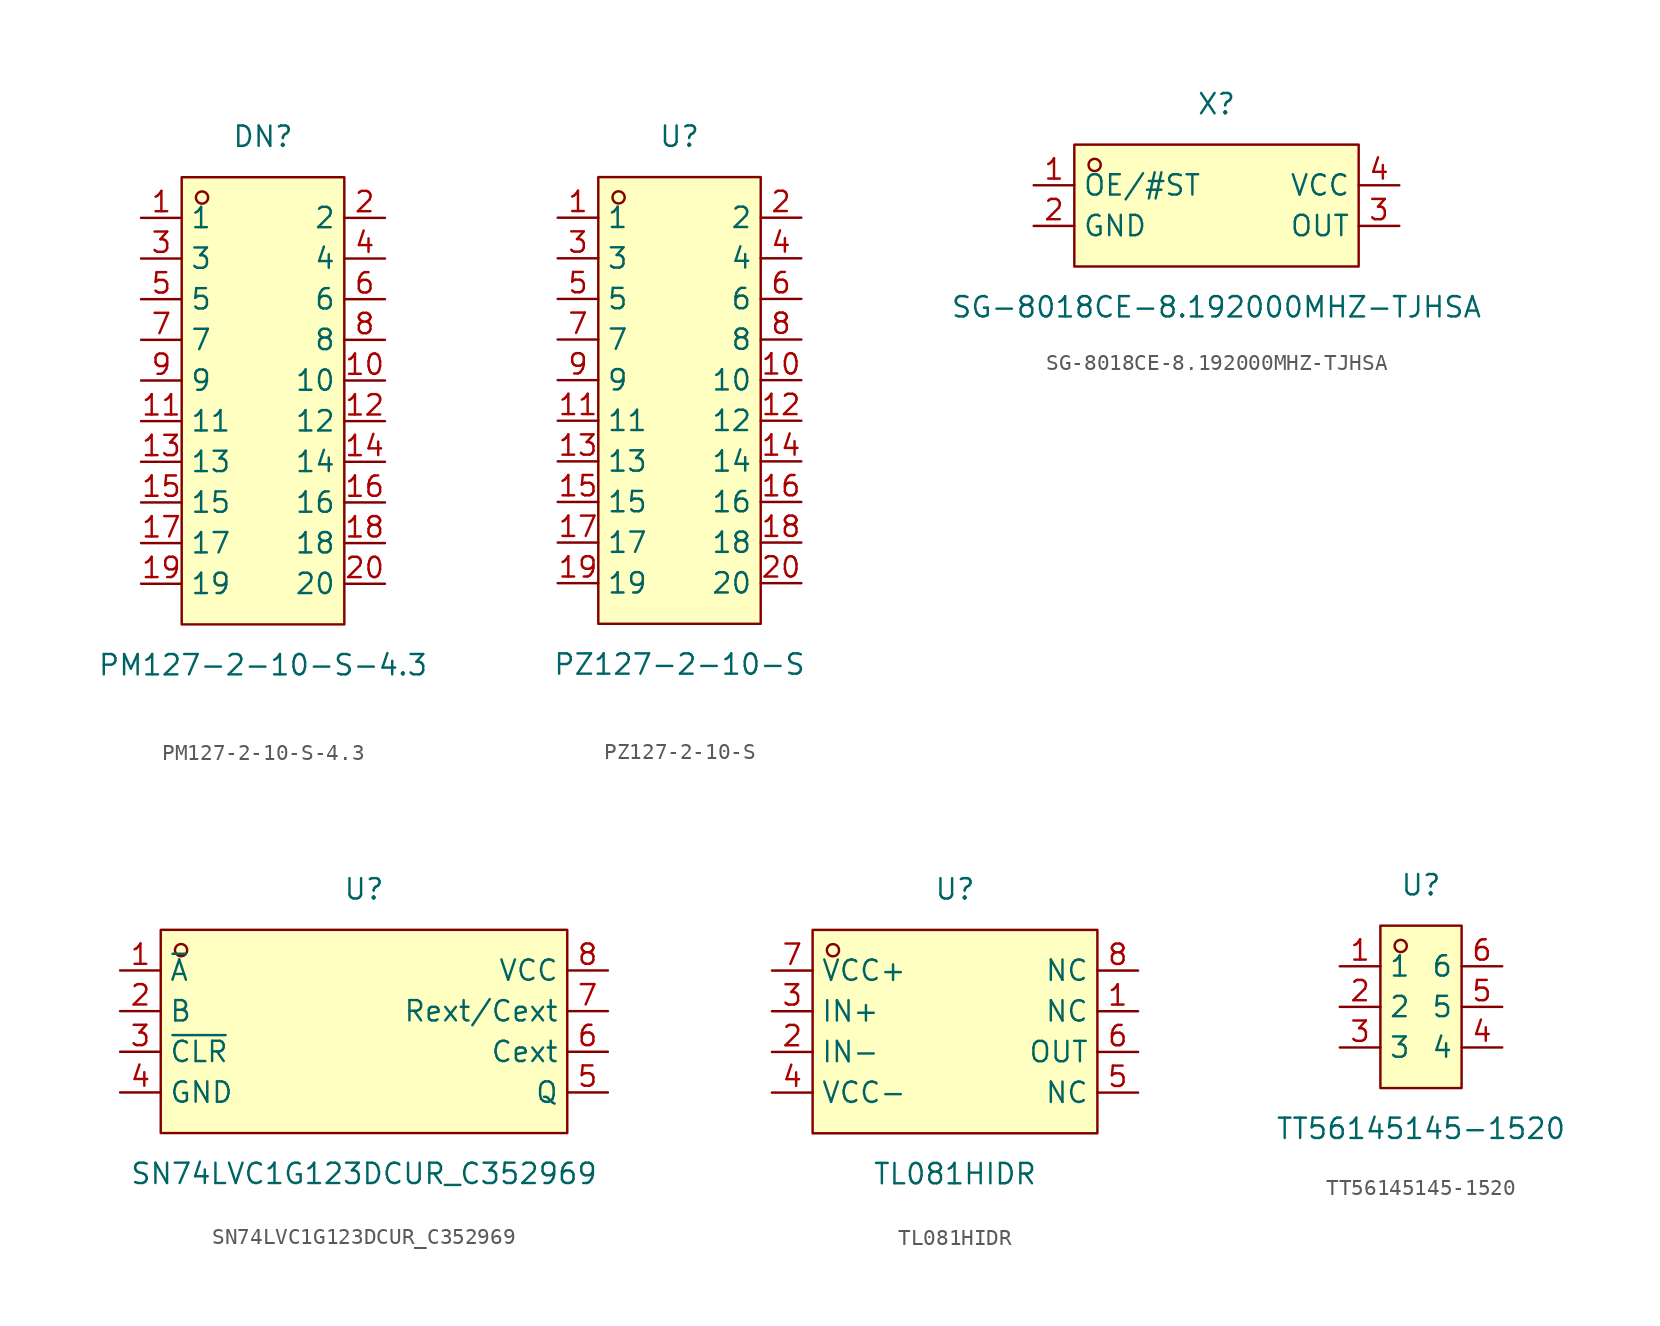
<source format=kicad_sym>
(kicad_symbol_lib
  (version 20241209)
  (generator "kicad_symbol_editor")
  (generator_version "9.0")
  (symbol "PM127-2-10-S-4.3"
    (property "Reference" "DN"
      (at 0 16.51 0)
      (effects (font (size 1.27 1.27))))
    (property "Value" "PM127-2-10-S-4.3"
      (at 0 -16.51 0)
      (effects (font (size 1.27 1.27))))
    (symbol "PM127-2-10-S-4.3_0_1"
      (rectangle (start -5.08 13.97) (end 5.08 -13.97) (stroke (width 0) (type default)) (fill (type background)))
      (circle (center -3.81 12.7) (radius 0.38) (stroke (width 0) (type default)) (fill (type none)))
      (pin unspecified line (at -7.62 11.43 0) (length 2.54) (name "1" (effects (font (size 1.27 1.27)))) (number "1" (effects (font (size 1.27 1.27)))))
      (pin unspecified line (at -7.62 8.89 0) (length 2.54) (name "3" (effects (font (size 1.27 1.27)))) (number "3" (effects (font (size 1.27 1.27)))))
      (pin unspecified line (at -7.62 6.35 0) (length 2.54) (name "5" (effects (font (size 1.27 1.27)))) (number "5" (effects (font (size 1.27 1.27)))))
      (pin unspecified line (at -7.62 3.81 0) (length 2.54) (name "7" (effects (font (size 1.27 1.27)))) (number "7" (effects (font (size 1.27 1.27)))))
      (pin unspecified line (at -7.62 1.27 0) (length 2.54) (name "9" (effects (font (size 1.27 1.27)))) (number "9" (effects (font (size 1.27 1.27)))))
      (pin unspecified line (at -7.62 -1.27 0) (length 2.54) (name "11" (effects (font (size 1.27 1.27)))) (number "11" (effects (font (size 1.27 1.27)))))
      (pin unspecified line (at -7.62 -3.81 0) (length 2.54) (name "13" (effects (font (size 1.27 1.27)))) (number "13" (effects (font (size 1.27 1.27)))))
      (pin unspecified line (at -7.62 -6.35 0) (length 2.54) (name "15" (effects (font (size 1.27 1.27)))) (number "15" (effects (font (size 1.27 1.27)))))
      (pin unspecified line (at -7.62 -8.89 0) (length 2.54) (name "17" (effects (font (size 1.27 1.27)))) (number "17" (effects (font (size 1.27 1.27)))))
      (pin unspecified line (at -7.62 -11.43 0) (length 2.54) (name "19" (effects (font (size 1.27 1.27)))) (number "19" (effects (font (size 1.27 1.27)))))
      (pin unspecified line (at 7.62 11.43 180) (length 2.54) (name "2" (effects (font (size 1.27 1.27)))) (number "2" (effects (font (size 1.27 1.27)))))
      (pin unspecified line (at 7.62 8.89 180) (length 2.54) (name "4" (effects (font (size 1.27 1.27)))) (number "4" (effects (font (size 1.27 1.27)))))
      (pin unspecified line (at 7.62 6.35 180) (length 2.54) (name "6" (effects (font (size 1.27 1.27)))) (number "6" (effects (font (size 1.27 1.27)))))
      (pin unspecified line (at 7.62 3.81 180) (length 2.54) (name "8" (effects (font (size 1.27 1.27)))) (number "8" (effects (font (size 1.27 1.27)))))
      (pin unspecified line (at 7.62 1.27 180) (length 2.54) (name "10" (effects (font (size 1.27 1.27)))) (number "10" (effects (font (size 1.27 1.27)))))
      (pin unspecified line (at 7.62 -1.27 180) (length 2.54) (name "12" (effects (font (size 1.27 1.27)))) (number "12" (effects (font (size 1.27 1.27)))))
      (pin unspecified line (at 7.62 -3.81 180) (length 2.54) (name "14" (effects (font (size 1.27 1.27)))) (number "14" (effects (font (size 1.27 1.27)))))
      (pin unspecified line (at 7.62 -6.35 180) (length 2.54) (name "16" (effects (font (size 1.27 1.27)))) (number "16" (effects (font (size 1.27 1.27)))))
      (pin unspecified line (at 7.62 -8.89 180) (length 2.54) (name "18" (effects (font (size 1.27 1.27)))) (number "18" (effects (font (size 1.27 1.27)))))
      (pin unspecified line (at 7.62 -11.43 180) (length 2.54) (name "20" (effects (font (size 1.27 1.27)))) (number "20" (effects (font (size 1.27 1.27)))))))
  (symbol "PZ127-2-10-S"
    (property "Reference" "U"
      (at 0 16.51 0)
      (effects (font (size 1.27 1.27))))
    (property "Value" "PZ127-2-10-S"
      (at 0 -16.51 0)
      (effects (font (size 1.27 1.27))))
    (symbol "PZ127-2-10-S_0_1"
      (rectangle (start -5.08 13.97) (end 5.08 -13.97) (stroke (width 0) (type default)) (fill (type background)))
      (circle (center -3.81 12.7) (radius 0.38) (stroke (width 0) (type default)) (fill (type none)))
      (pin unspecified line (at -7.62 11.43 0) (length 2.54) (name "1" (effects (font (size 1.27 1.27)))) (number "1" (effects (font (size 1.27 1.27)))))
      (pin unspecified line (at -7.62 8.89 0) (length 2.54) (name "3" (effects (font (size 1.27 1.27)))) (number "3" (effects (font (size 1.27 1.27)))))
      (pin unspecified line (at -7.62 6.35 0) (length 2.54) (name "5" (effects (font (size 1.27 1.27)))) (number "5" (effects (font (size 1.27 1.27)))))
      (pin unspecified line (at -7.62 3.81 0) (length 2.54) (name "7" (effects (font (size 1.27 1.27)))) (number "7" (effects (font (size 1.27 1.27)))))
      (pin unspecified line (at -7.62 1.27 0) (length 2.54) (name "9" (effects (font (size 1.27 1.27)))) (number "9" (effects (font (size 1.27 1.27)))))
      (pin unspecified line (at -7.62 -1.27 0) (length 2.54) (name "11" (effects (font (size 1.27 1.27)))) (number "11" (effects (font (size 1.27 1.27)))))
      (pin unspecified line (at -7.62 -3.81 0) (length 2.54) (name "13" (effects (font (size 1.27 1.27)))) (number "13" (effects (font (size 1.27 1.27)))))
      (pin unspecified line (at -7.62 -6.35 0) (length 2.54) (name "15" (effects (font (size 1.27 1.27)))) (number "15" (effects (font (size 1.27 1.27)))))
      (pin unspecified line (at -7.62 -8.89 0) (length 2.54) (name "17" (effects (font (size 1.27 1.27)))) (number "17" (effects (font (size 1.27 1.27)))))
      (pin unspecified line (at -7.62 -11.43 0) (length 2.54) (name "19" (effects (font (size 1.27 1.27)))) (number "19" (effects (font (size 1.27 1.27)))))
      (pin unspecified line (at 7.62 11.43 180) (length 2.54) (name "2" (effects (font (size 1.27 1.27)))) (number "2" (effects (font (size 1.27 1.27)))))
      (pin unspecified line (at 7.62 8.89 180) (length 2.54) (name "4" (effects (font (size 1.27 1.27)))) (number "4" (effects (font (size 1.27 1.27)))))
      (pin unspecified line (at 7.62 6.35 180) (length 2.54) (name "6" (effects (font (size 1.27 1.27)))) (number "6" (effects (font (size 1.27 1.27)))))
      (pin unspecified line (at 7.62 3.81 180) (length 2.54) (name "8" (effects (font (size 1.27 1.27)))) (number "8" (effects (font (size 1.27 1.27)))))
      (pin unspecified line (at 7.62 1.27 180) (length 2.54) (name "10" (effects (font (size 1.27 1.27)))) (number "10" (effects (font (size 1.27 1.27)))))
      (pin unspecified line (at 7.62 -1.27 180) (length 2.54) (name "12" (effects (font (size 1.27 1.27)))) (number "12" (effects (font (size 1.27 1.27)))))
      (pin unspecified line (at 7.62 -3.81 180) (length 2.54) (name "14" (effects (font (size 1.27 1.27)))) (number "14" (effects (font (size 1.27 1.27)))))
      (pin unspecified line (at 7.62 -6.35 180) (length 2.54) (name "16" (effects (font (size 1.27 1.27)))) (number "16" (effects (font (size 1.27 1.27)))))
      (pin unspecified line (at 7.62 -8.89 180) (length 2.54) (name "18" (effects (font (size 1.27 1.27)))) (number "18" (effects (font (size 1.27 1.27)))))
      (pin unspecified line (at 7.62 -11.43 180) (length 2.54) (name "20" (effects (font (size 1.27 1.27)))) (number "20" (effects (font (size 1.27 1.27)))))))
  (symbol "SG-8018CE-8.192000MHZ-TJHSA"
    (property "Reference" "X"
      (at 0 6.35 0)
      (effects (font (size 1.27 1.27))))
    (property "Value" "SG-8018CE-8.192000MHZ-TJHSA"
      (at 0 -6.35 0)
      (effects (font (size 1.27 1.27))))
    (symbol "SG-8018CE-8.192000MHZ-TJHSA_0_1"
      (rectangle (start -8.89 3.81) (end 8.89 -3.81) (stroke (width 0) (type default)) (fill (type background)))
      (circle (center -7.62 2.54) (radius 0.38) (stroke (width 0) (type default)) (fill (type none)))
      (pin unspecified line (at -11.43 1.27 0) (length 2.54) (name "OE/#ST" (effects (font (size 1.27 1.27)))) (number "1" (effects (font (size 1.27 1.27)))))
      (pin unspecified line (at -11.43 -1.27 0) (length 2.54) (name "GND" (effects (font (size 1.27 1.27)))) (number "2" (effects (font (size 1.27 1.27)))))
      (pin unspecified line (at 11.43 1.27 180) (length 2.54) (name "VCC" (effects (font (size 1.27 1.27)))) (number "4" (effects (font (size 1.27 1.27)))))
      (pin unspecified line (at 11.43 -1.27 180) (length 2.54) (name "OUT" (effects (font (size 1.27 1.27)))) (number "3" (effects (font (size 1.27 1.27)))))))
  (symbol "SN74LVC1G123DCUR_C352969"
    (property "Reference" "U"
      (at 0 8.89 0)
      (effects (font (size 1.27 1.27))))
    (property "Value" "SN74LVC1G123DCUR_C352969"
      (at 0 -8.89 0)
      (effects (font (size 1.27 1.27))))
    (symbol "SN74LVC1G123DCUR_C352969_0_1"
      (rectangle (start -12.7 6.35) (end 12.7 -6.35) (stroke (width 0) (type default)) (fill (type background)))
      (circle (center -11.43 5.08) (radius 0.38) (stroke (width 0) (type default)) (fill (type none)))
      (pin unspecified line (at -15.24 3.81 0) (length 2.54) (name "~{A}" (effects (font (size 1.27 1.27)))) (number "1" (effects (font (size 1.27 1.27)))))
      (pin unspecified line (at -15.24 1.27 0) (length 2.54) (name "B" (effects (font (size 1.27 1.27)))) (number "2" (effects (font (size 1.27 1.27)))))
      (pin unspecified line (at -15.24 -1.27 0) (length 2.54) (name "~{CLR}" (effects (font (size 1.27 1.27)))) (number "3" (effects (font (size 1.27 1.27)))))
      (pin unspecified line (at -15.24 -3.81 0) (length 2.54) (name "GND" (effects (font (size 1.27 1.27)))) (number "4" (effects (font (size 1.27 1.27)))))
      (pin unspecified line (at 15.24 3.81 180) (length 2.54) (name "VCC" (effects (font (size 1.27 1.27)))) (number "8" (effects (font (size 1.27 1.27)))))
      (pin unspecified line (at 15.24 1.27 180) (length 2.54) (name "Rext/Cext" (effects (font (size 1.27 1.27)))) (number "7" (effects (font (size 1.27 1.27)))))
      (pin unspecified line (at 15.24 -1.27 180) (length 2.54) (name "Cext" (effects (font (size 1.27 1.27)))) (number "6" (effects (font (size 1.27 1.27)))))
      (pin unspecified line (at 15.24 -3.81 180) (length 2.54) (name "Q" (effects (font (size 1.27 1.27)))) (number "5" (effects (font (size 1.27 1.27)))))))
  (symbol "TL081HIDR"
    (property "Reference" "U"
      (at 0 8.89 0)
      (effects (font (size 1.27 1.27))))
    (property "Value" "TL081HIDR"
      (at 0 -8.89 0)
      (effects (font (size 1.27 1.27))))
    (symbol "TL081HIDR_0_1"
      (rectangle (start -8.89 6.35) (end 8.89 -6.35) (stroke (width 0) (type default)) (fill (type background)))
      (circle (center -7.62 5.08) (radius 0.38) (stroke (width 0) (type default)) (fill (type none)))
      (pin unspecified line (at -11.43 3.81 0) (length 2.54) (name "VCC+" (effects (font (size 1.27 1.27)))) (number "7" (effects (font (size 1.27 1.27)))))
      (pin unspecified line (at -11.43 -1.27 0) (length 2.54) (name "IN-" (effects (font (size 1.27 1.27)))) (number "2" (effects (font (size 1.27 1.27)))))
      (pin unspecified line (at -11.43 -3.81 0) (length 2.54) (name "VCC-" (effects (font (size 1.27 1.27)))) (number "4" (effects (font (size 1.27 1.27)))))
      (pin unspecified line (at 11.43 3.81 180) (length 2.54) (name "NC" (effects (font (size 1.27 1.27)))) (number "8" (effects (font (size 1.27 1.27)))))
      (pin unspecified line (at 11.43 1.27 180) (length 2.54) (name "NC" (effects (font (size 1.27 1.27)))) (number "1" (effects (font (size 1.27 1.27)))))
      (pin unspecified line (at 11.43 -1.27 180) (length 2.54) (name "OUT" (effects (font (size 1.27 1.27)))) (number "6" (effects (font (size 1.27 1.27)))))
      (pin unspecified line (at 11.43 -3.81 180) (length 2.54) (name "NC" (effects (font (size 1.27 1.27)))) (number "5" (effects (font (size 1.27 1.27))))))
    (symbol "TL081HIDR_1_1"
      (pin unspecified line (at -11.43 1.27 0) (length 2.54) (name "IN+" (effects (font (size 1.27 1.27)))) (number "3" (effects (font (size 1.27 1.27)))))))
  (symbol "TT56145145-1520"
    (property "Reference" "U"
      (at 0 7.62 0)
      (effects (font (size 1.27 1.27))))
    (property "Value" "TT56145145-1520"
      (at 0 -7.62 0)
      (effects (font (size 1.27 1.27))))
    (symbol "TT56145145-1520_0_1"
      (rectangle (start -2.54 5.08) (end 2.54 -5.08) (stroke (width 0) (type default) (color 0 0 0 0)) (fill (type background)))
      (circle (center -1.27 3.81) (radius 0.38) (stroke (width 0) (type default) (color 0 0 0 0)) (fill (type none)))
      (pin unspecified line (at 5.08 2.54 180) (length 2.54) (name "6" (effects (font (size 1.27 1.27)))) (number "6" (effects (font (size 1.27 1.27)))))
      (pin unspecified line (at 5.08 -0.00 180) (length 2.54) (name "5" (effects (font (size 1.27 1.27)))) (number "5" (effects (font (size 1.27 1.27)))))
      (pin unspecified line (at 5.08 -2.54 180) (length 2.54) (name "4" (effects (font (size 1.27 1.27)))) (number "4" (effects (font (size 1.27 1.27)))))
      (pin unspecified line (at -5.08 -2.54 0) (length 2.54) (name "3" (effects (font (size 1.27 1.27)))) (number "3" (effects (font (size 1.27 1.27)))))
      (pin unspecified line (at -5.08 -0.00 0) (length 2.54) (name "2" (effects (font (size 1.27 1.27)))) (number "2" (effects (font (size 1.27 1.27)))))
      (pin unspecified line (at -5.08 2.54 0) (length 2.54) (name "1" (effects (font (size 1.27 1.27)))) (number "1" (effects (font (size 1.27 1.27))))))))
</source>
